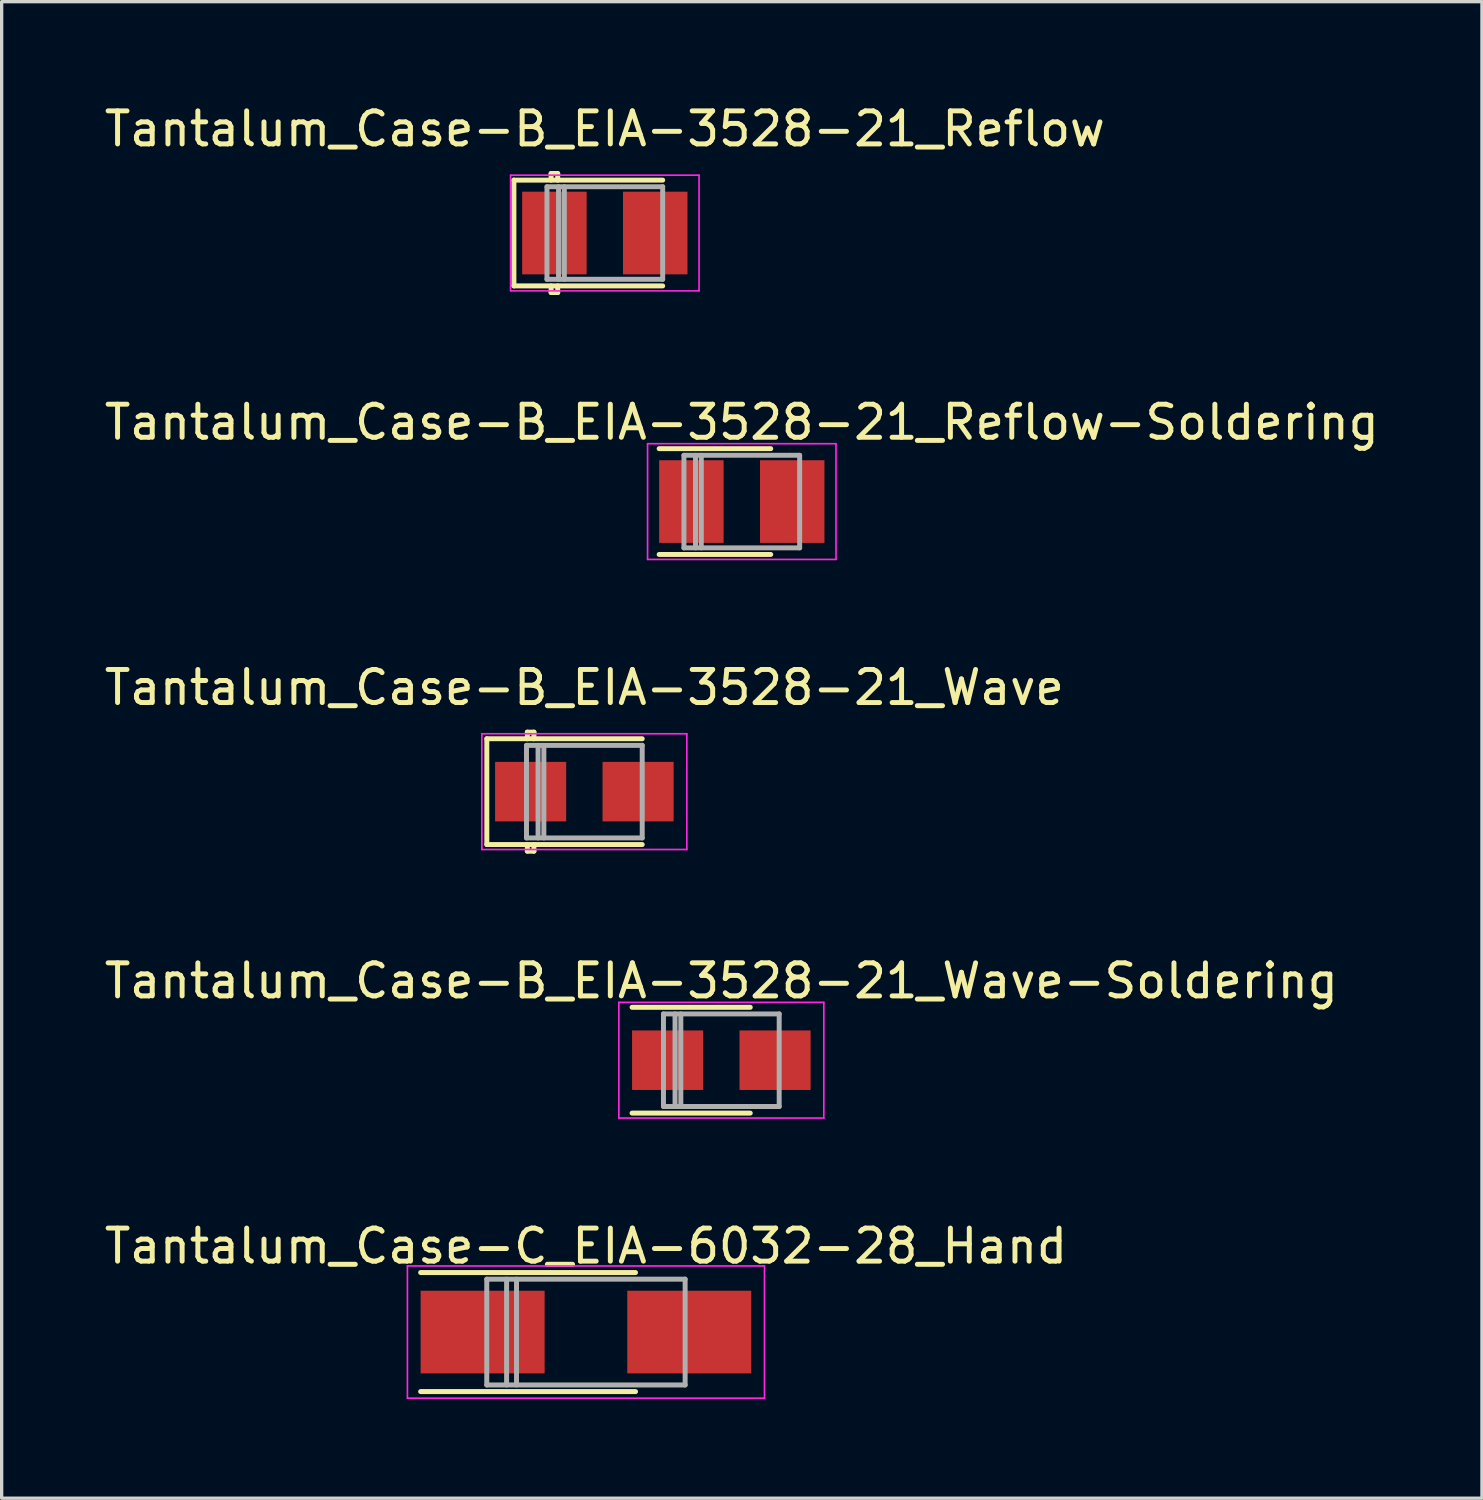
<source format=kicad_pcb>
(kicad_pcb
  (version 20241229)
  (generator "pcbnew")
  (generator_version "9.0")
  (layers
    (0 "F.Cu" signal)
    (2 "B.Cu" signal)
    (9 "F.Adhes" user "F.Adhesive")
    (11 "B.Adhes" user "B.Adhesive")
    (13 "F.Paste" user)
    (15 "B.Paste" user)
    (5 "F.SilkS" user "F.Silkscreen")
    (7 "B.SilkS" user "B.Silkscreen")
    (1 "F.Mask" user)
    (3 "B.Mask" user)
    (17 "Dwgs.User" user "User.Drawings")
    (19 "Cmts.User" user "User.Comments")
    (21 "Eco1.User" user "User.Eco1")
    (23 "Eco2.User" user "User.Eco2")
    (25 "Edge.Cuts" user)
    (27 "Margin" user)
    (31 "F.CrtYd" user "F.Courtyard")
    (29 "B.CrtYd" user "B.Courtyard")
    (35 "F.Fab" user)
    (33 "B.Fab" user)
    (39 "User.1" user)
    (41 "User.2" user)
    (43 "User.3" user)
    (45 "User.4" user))
  (footprint "Tantalum_Case-B_EIA-3528-21_Wave"
    (layer "F.Cu")
    (at 14.625 20.895)
    (property "Reference" "Tantalum_Case-B_EIA-3528-21_Wave" (at 0 -3.15 0) (layer "F.SilkS") (effects (font (size 1 1) (thickness 0.15))))
    (attr smd)
    (fp_line (start -2.95 -1.6) (end -2.95 1.6) (stroke (width 0.15) (type solid)) (layer "F.SilkS"))
    (fp_line (start -2.95 -1.6) (end 1.75 -1.6) (stroke (width 0.15) (type solid)) (layer "F.SilkS"))
    (fp_line (start -2.95 1.6) (end 1.75 1.6) (stroke (width 0.15) (type solid)) (layer "F.SilkS"))
    (fp_line (start -1.725 -1.8) (end -1.525 -1.8) (stroke (width 0.15) (type solid)) (layer "F.SilkS"))
    (fp_line (start -1.725 -1.6) (end -1.725 -1.8) (stroke (width 0.15) (type solid)) (layer "F.SilkS"))
    (fp_line (start -1.725 1.6) (end -1.725 1.8) (stroke (width 0.15) (type solid)) (layer "F.SilkS"))
    (fp_line (start -1.725 1.8) (end -1.525 1.8) (stroke (width 0.15) (type solid)) (layer "F.SilkS"))
    (fp_line (start -1.525 -1.8) (end -1.525 -1.6) (stroke (width 0.15) (type solid)) (layer "F.SilkS"))
    (fp_line (start -1.525 1.8) (end -1.525 1.6) (stroke (width 0.15) (type solid)) (layer "F.SilkS"))
    (fp_line (start -3.1 -1.75) (end -3.1 1.75) (stroke (width 0.05) (type solid)) (layer "F.CrtYd"))
    (fp_line (start -3.1 1.75) (end 3.1 1.75) (stroke (width 0.05) (type solid)) (layer "F.CrtYd"))
    (fp_line (start 3.1 -1.75) (end -3.1 -1.75) (stroke (width 0.05) (type solid)) (layer "F.CrtYd"))
    (fp_line (start 3.1 1.75) (end 3.1 -1.75) (stroke (width 0.05) (type solid)) (layer "F.CrtYd"))
    (fp_line (start -1.75 -1.4) (end -1.75 1.4) (stroke (width 0.15) (type solid)) (layer "F.Fab"))
    (fp_line (start -1.75 1.4) (end 1.75 1.4) (stroke (width 0.15) (type solid)) (layer "F.Fab"))
    (fp_line (start -1.4 -1.4) (end -1.4 1.4) (stroke (width 0.15) (type solid)) (layer "F.Fab"))
    (fp_line (start -1.225 -1.4) (end -1.225 1.4) (stroke (width 0.15) (type solid)) (layer "F.Fab"))
    (fp_line (start 1.75 -1.4) (end -1.75 -1.4) (stroke (width 0.15) (type solid)) (layer "F.Fab"))
    (fp_line (start 1.75 1.4) (end 1.75 -1.4) (stroke (width 0.15) (type solid)) (layer "F.Fab"))
    (pad "1" smd rect (at -1.625 0) (size 2.15 1.8) (layers "F.Cu" "F.Mask" "F.Paste"))
    (pad "2" smd rect (at 1.625 0) (size 2.15 1.8) (layers "F.Cu" "F.Mask" "F.Paste")))
  (footprint "Tantalum_Case-B_EIA-3528-21_Wave-Soldering"
    (layer "F.Cu")
    (at 18.768 29.018)
    (property "Reference" "Tantalum_Case-B_EIA-3528-21_Wave-Soldering" (at 0 -2.4 0) (layer "F.SilkS") (effects (font (size 1 1) (thickness 0.15))))
    (attr smd)
    (fp_line (start 0.875 -1.6) (end -2.7 -1.6) (stroke (width 0.15) (type solid)) (layer "F.SilkS"))
    (fp_line (start 0.875 1.6) (end -2.7 1.6) (stroke (width 0.15) (type solid)) (layer "F.SilkS"))
    (fp_line (start -3.1 -1.75) (end -3.1 1.75) (stroke (width 0.05) (type solid)) (layer "F.CrtYd"))
    (fp_line (start -3.1 1.75) (end 3.1 1.75) (stroke (width 0.05) (type solid)) (layer "F.CrtYd"))
    (fp_line (start 3.1 -1.75) (end -3.1 -1.75) (stroke (width 0.05) (type solid)) (layer "F.CrtYd"))
    (fp_line (start 3.1 1.75) (end 3.1 -1.75) (stroke (width 0.05) (type solid)) (layer "F.CrtYd"))
    (fp_line (start -1.75 -1.4) (end -1.75 1.4) (stroke (width 0.15) (type solid)) (layer "F.Fab"))
    (fp_line (start -1.75 1.4) (end 1.75 1.4) (stroke (width 0.15) (type solid)) (layer "F.Fab"))
    (fp_line (start -1.4 -1.4) (end -1.4 1.4) (stroke (width 0.15) (type solid)) (layer "F.Fab"))
    (fp_line (start -1.225 -1.4) (end -1.225 1.4) (stroke (width 0.15) (type solid)) (layer "F.Fab"))
    (fp_line (start 1.75 -1.4) (end -1.75 -1.4) (stroke (width 0.15) (type solid)) (layer "F.Fab"))
    (fp_line (start 1.75 1.4) (end 1.75 -1.4) (stroke (width 0.15) (type solid)) (layer "F.Fab"))
    (pad "1" smd rect (at -1.625 0) (size 2.15 1.8) (layers "F.Cu" "F.Mask" "F.Paste"))
    (pad "2" smd rect (at 1.625 0) (size 2.15 1.8) (layers "F.Cu" "F.Mask" "F.Paste")))
  (footprint "Tantalum_Case-C_EIA-6032-28_Hand"
    (layer "F.Cu")
    (at 14.673 37.241)
    (property "Reference" "Tantalum_Case-C_EIA-6032-28_Hand" (at 0 -2.6 0) (layer "F.SilkS") (effects (font (size 1 1) (thickness 0.15))))
    (attr smd)
    (fp_line (start 1.5 -1.8) (end -5 -1.8) (stroke (width 0.15) (type solid)) (layer "F.SilkS"))
    (fp_line (start 1.5 1.8) (end -5 1.8) (stroke (width 0.15) (type solid)) (layer "F.SilkS"))
    (fp_line (start -5.4 -2) (end -5.4 2) (stroke (width 0.05) (type solid)) (layer "F.CrtYd"))
    (fp_line (start -5.4 2) (end 5.4 2) (stroke (width 0.05) (type solid)) (layer "F.CrtYd"))
    (fp_line (start 5.4 -2) (end -5.4 -2) (stroke (width 0.05) (type solid)) (layer "F.CrtYd"))
    (fp_line (start 5.4 2) (end 5.4 -2) (stroke (width 0.05) (type solid)) (layer "F.CrtYd"))
    (fp_line (start -3 -1.6) (end -3 1.6) (stroke (width 0.15) (type solid)) (layer "F.Fab"))
    (fp_line (start -3 1.6) (end 3 1.6) (stroke (width 0.15) (type solid)) (layer "F.Fab"))
    (fp_line (start -2.4 -1.6) (end -2.4 1.6) (stroke (width 0.15) (type solid)) (layer "F.Fab"))
    (fp_line (start -2.1 -1.6) (end -2.1 1.6) (stroke (width 0.15) (type solid)) (layer "F.Fab"))
    (fp_line (start 3 -1.6) (end -3 -1.6) (stroke (width 0.15) (type solid)) (layer "F.Fab"))
    (fp_line (start 3 1.6) (end 3 -1.6) (stroke (width 0.15) (type solid)) (layer "F.Fab"))
    (pad "1" smd rect (at -3.125 0) (size 3.75 2.5) (layers "F.Cu" "F.Mask" "F.Paste"))
    (pad "2" smd rect (at 3.125 0) (size 3.75 2.5) (layers "F.Cu" "F.Mask" "F.Paste")))
  (footprint "Tantalum_Case-B_EIA-3528-21_Reflow-Soldering"
    (layer "F.Cu")
    (at 19.387 12.121)
    (property "Reference" "Tantalum_Case-B_EIA-3528-21_Reflow-Soldering" (at 0 -2.4 0) (layer "F.SilkS") (effects (font (size 1 1) (thickness 0.15))))
    (attr smd)
    (fp_line (start 0.875 -1.6) (end -2.5 -1.6) (stroke (width 0.15) (type solid)) (layer "F.SilkS"))
    (fp_line (start 0.875 1.6) (end -2.5 1.6) (stroke (width 0.15) (type solid)) (layer "F.SilkS"))
    (fp_line (start -2.85 -1.75) (end -2.85 1.75) (stroke (width 0.05) (type solid)) (layer "F.CrtYd"))
    (fp_line (start -2.85 1.75) (end 2.85 1.75) (stroke (width 0.05) (type solid)) (layer "F.CrtYd"))
    (fp_line (start 2.85 -1.75) (end -2.85 -1.75) (stroke (width 0.05) (type solid)) (layer "F.CrtYd"))
    (fp_line (start 2.85 1.75) (end 2.85 -1.75) (stroke (width 0.05) (type solid)) (layer "F.CrtYd"))
    (fp_line (start -1.75 -1.4) (end -1.75 1.4) (stroke (width 0.15) (type solid)) (layer "F.Fab"))
    (fp_line (start -1.75 1.4) (end 1.75 1.4) (stroke (width 0.15) (type solid)) (layer "F.Fab"))
    (fp_line (start -1.4 -1.4) (end -1.4 1.4) (stroke (width 0.15) (type solid)) (layer "F.Fab"))
    (fp_line (start -1.225 -1.4) (end -1.225 1.4) (stroke (width 0.15) (type solid)) (layer "F.Fab"))
    (fp_line (start 1.75 -1.4) (end -1.75 -1.4) (stroke (width 0.15) (type solid)) (layer "F.Fab"))
    (fp_line (start 1.75 1.4) (end 1.75 -1.4) (stroke (width 0.15) (type solid)) (layer "F.Fab"))
    (pad "1" smd rect (at -1.525 0) (size 1.95 2.5) (layers "F.Cu" "F.Mask" "F.Paste"))
    (pad "2" smd rect (at 1.525 0) (size 1.95 2.5) (layers "F.Cu" "F.Mask" "F.Paste")))
  (footprint "Tantalum_Case-B_EIA-3528-21_Reflow"
    (layer "F.Cu")
    (at 15.244 3.998)
    (property "Reference" "Tantalum_Case-B_EIA-3528-21_Reflow" (at 0 -3.15 0) (layer "F.SilkS") (effects (font (size 1 1) (thickness 0.15))))
    (attr smd)
    (fp_line (start -2.75 -1.6) (end -2.75 1.6) (stroke (width 0.15) (type solid)) (layer "F.SilkS"))
    (fp_line (start -2.75 -1.6) (end 1.75 -1.6) (stroke (width 0.15) (type solid)) (layer "F.SilkS"))
    (fp_line (start -2.75 1.6) (end 1.75 1.6) (stroke (width 0.15) (type solid)) (layer "F.SilkS"))
    (fp_line (start -1.625 -1.8) (end -1.425 -1.8) (stroke (width 0.15) (type solid)) (layer "F.SilkS"))
    (fp_line (start -1.625 -1.6) (end -1.625 -1.8) (stroke (width 0.15) (type solid)) (layer "F.SilkS"))
    (fp_line (start -1.625 1.6) (end -1.625 1.8) (stroke (width 0.15) (type solid)) (layer "F.SilkS"))
    (fp_line (start -1.625 1.8) (end -1.425 1.8) (stroke (width 0.15) (type solid)) (layer "F.SilkS"))
    (fp_line (start -1.425 -1.8) (end -1.425 -1.6) (stroke (width 0.15) (type solid)) (layer "F.SilkS"))
    (fp_line (start -1.425 1.8) (end -1.425 1.6) (stroke (width 0.15) (type solid)) (layer "F.SilkS"))
    (fp_line (start -2.85 -1.75) (end -2.85 1.75) (stroke (width 0.05) (type solid)) (layer "F.CrtYd"))
    (fp_line (start -2.85 1.75) (end 2.85 1.75) (stroke (width 0.05) (type solid)) (layer "F.CrtYd"))
    (fp_line (start 2.85 -1.75) (end -2.85 -1.75) (stroke (width 0.05) (type solid)) (layer "F.CrtYd"))
    (fp_line (start 2.85 1.75) (end 2.85 -1.75) (stroke (width 0.05) (type solid)) (layer "F.CrtYd"))
    (fp_line (start -1.75 -1.4) (end -1.75 1.4) (stroke (width 0.15) (type solid)) (layer "F.Fab"))
    (fp_line (start -1.75 1.4) (end 1.75 1.4) (stroke (width 0.15) (type solid)) (layer "F.Fab"))
    (fp_line (start -1.4 -1.4) (end -1.4 1.4) (stroke (width 0.15) (type solid)) (layer "F.Fab"))
    (fp_line (start -1.225 -1.4) (end -1.225 1.4) (stroke (width 0.15) (type solid)) (layer "F.Fab"))
    (fp_line (start 1.75 -1.4) (end -1.75 -1.4) (stroke (width 0.15) (type solid)) (layer "F.Fab"))
    (fp_line (start 1.75 1.4) (end 1.75 -1.4) (stroke (width 0.15) (type solid)) (layer "F.Fab"))
    (pad "1" smd rect (at -1.525 0) (size 1.95 2.5) (layers "F.Cu" "F.Mask" "F.Paste"))
    (pad "2" smd rect (at 1.525 0) (size 1.95 2.5) (layers "F.Cu" "F.Mask" "F.Paste")))
  (gr_rect
    (start -3 -3)
    (end 41.774 42.266)
    (stroke (width 0.1) (type default))
    (fill no)
    (layer "Edge.Cuts")))
</source>
